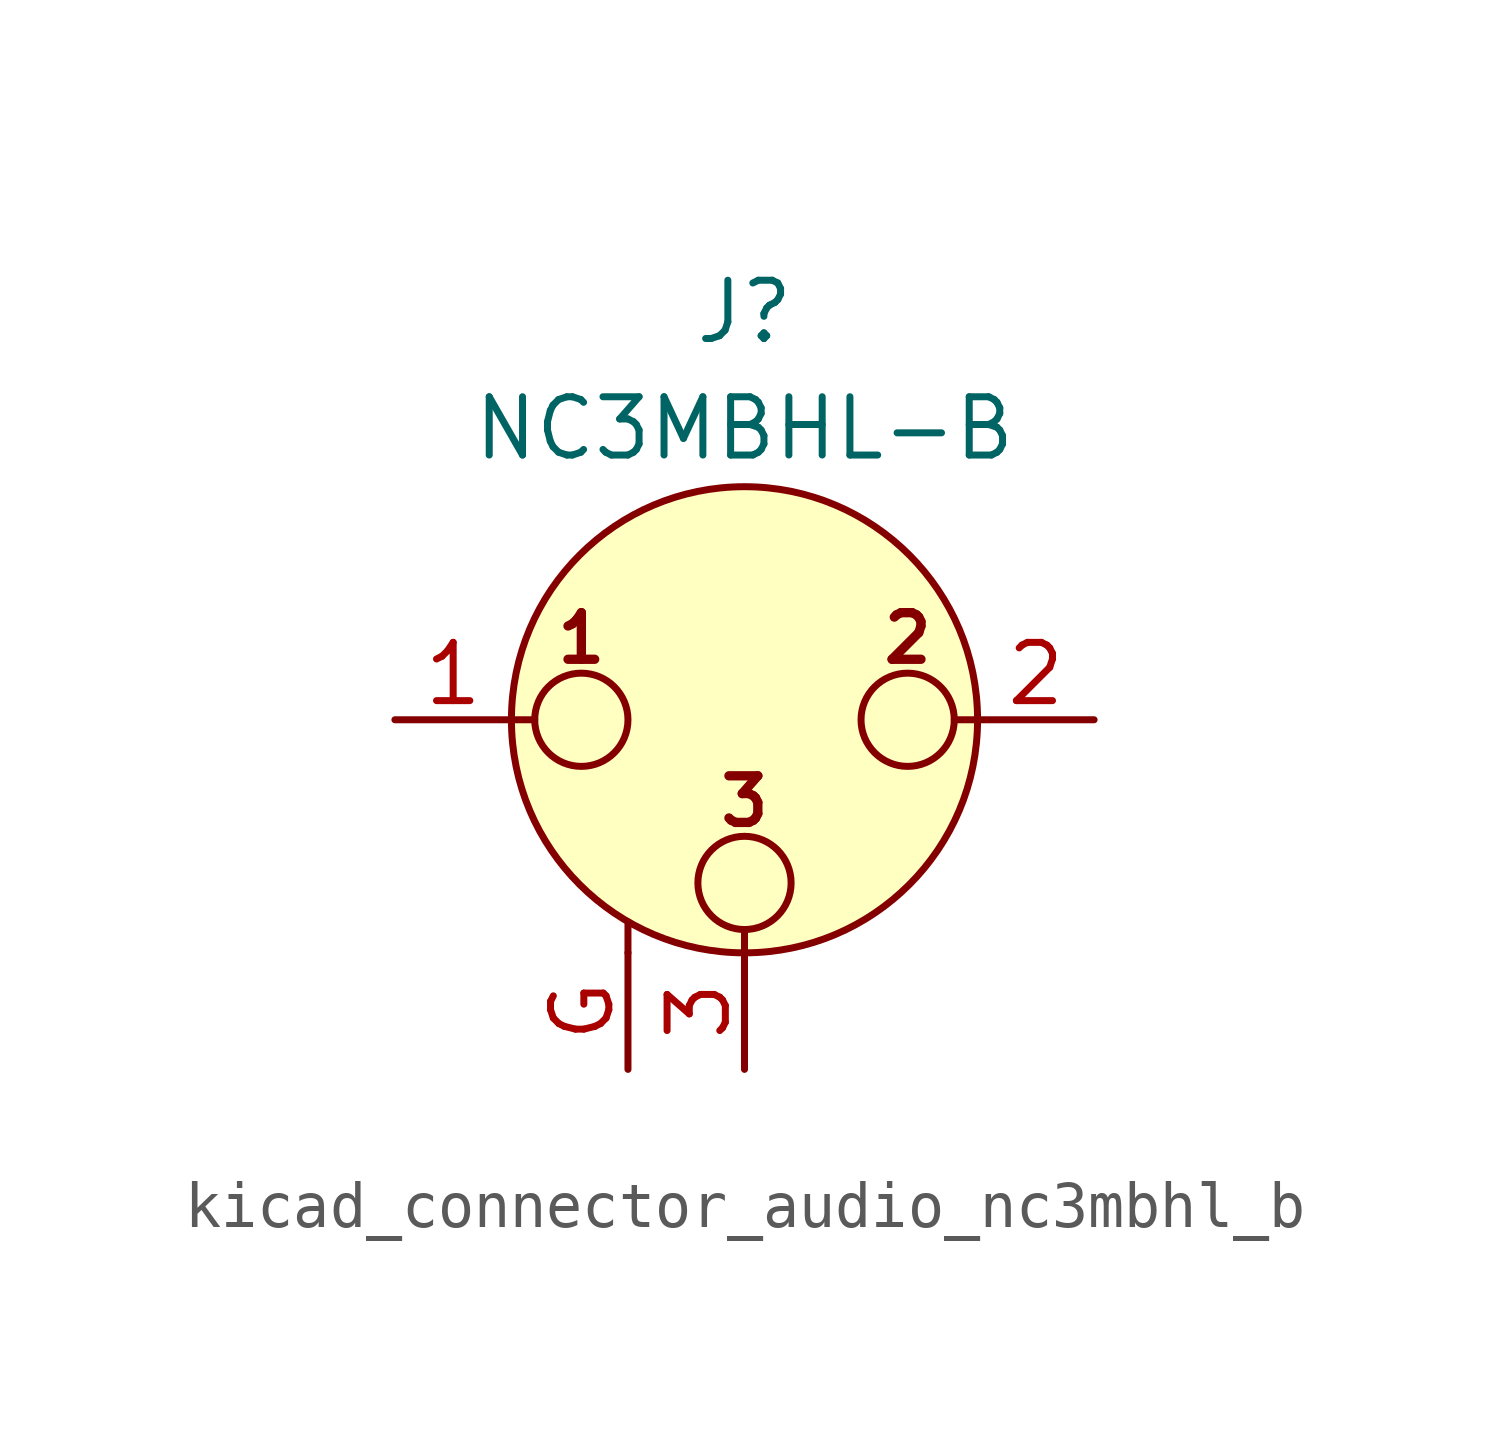
<source format=kicad_sym>
(kicad_symbol_lib
  (version 20220914)
  (generator kicad_symbol_editor)
  (symbol "kicad_connector_audio_nc3mbhl_b"
    (pin_names hide)
    (property "Reference" "J"
      (at 0 8.89 0)
      (effects (font (size 1.27 1.27))))
    (property "Value" "NC3MBHL-B"
      (at 0 6.35 0)
      (effects (font (size 1.27 1.27))))
    (symbol "kicad_connector_audio_nc3mbhl_b_0_1"
      (circle (center -3.556 0) (radius 1.016) (stroke (width 0) (type default)) (fill (type none)))
      (circle (center 0 -3.556) (radius 1.016) (stroke (width 0) (type default)) (fill (type none)))
      (polyline (pts (xy -5.08 0) (xy -4.572 0)) (stroke (width 0) (type default)) (fill (type none)))
      (polyline (pts (xy -2.54 -5.08) (xy -2.54 -4.445)) (stroke (width 0) (type default)) (fill (type none)))
      (polyline (pts (xy 0 -5.08) (xy 0 -4.572)) (stroke (width 0) (type default)) (fill (type none)))
      (polyline (pts (xy 5.08 0) (xy 4.572 0)) (stroke (width 0) (type default)) (fill (type none)))
      (circle (center 0 0) (radius 5.08) (stroke (width 0) (type default)) (fill (type background)))
      (circle (center 3.556 0) (radius 1.016) (stroke (width 0) (type default)) (fill (type none)))
      (text "1" (at -3.556 1.778 0) (effects (font (size 1.016 1.016) bold)))
      (text "2" (at 3.556 1.778 0) (effects (font (size 1.016 1.016) bold)))
      (text "3" (at 0 -1.778 0) (effects (font (size 1.016 1.016) bold)))
      (pin passive line (at -7.62 0 0) (length 2.54) (name "~" (effects (font (size 1.27 1.27)))) (number "1" (effects (font (size 1.27 1.27)))))
      (pin passive line (at 7.62 0 180) (length 2.54) (name "~" (effects (font (size 1.27 1.27)))) (number "2" (effects (font (size 1.27 1.27)))))
      (pin passive line (at 0 -7.62 90) (length 2.54) (name "~" (effects (font (size 1.27 1.27)))) (number "3" (effects (font (size 1.27 1.27))))))
    (symbol "kicad_connector_audio_nc3mbhl_b_1_1"
      (pin passive line (at -2.54 -7.62 90) (length 2.54) (name "~" (effects (font (size 1.27 1.27)))) (number "G" (effects (font (size 1.27 1.27))))))))
</source>
